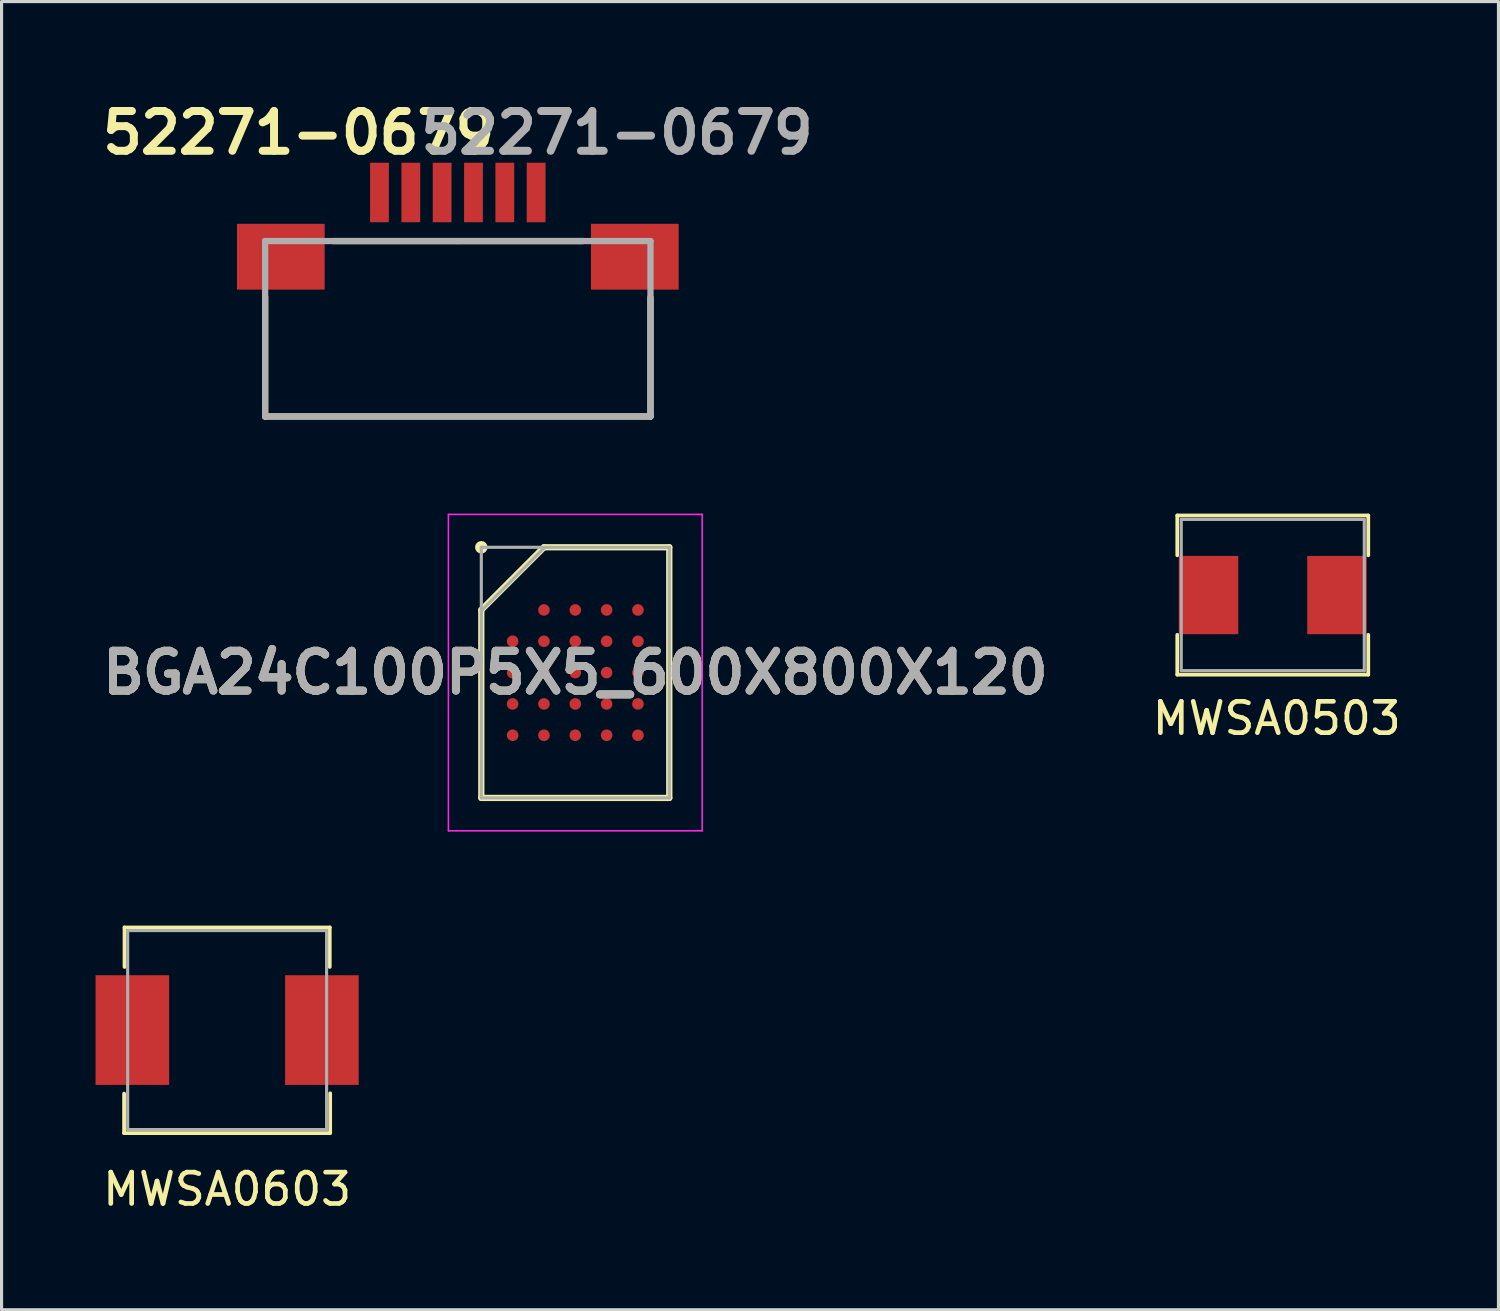
<source format=kicad_pcb>
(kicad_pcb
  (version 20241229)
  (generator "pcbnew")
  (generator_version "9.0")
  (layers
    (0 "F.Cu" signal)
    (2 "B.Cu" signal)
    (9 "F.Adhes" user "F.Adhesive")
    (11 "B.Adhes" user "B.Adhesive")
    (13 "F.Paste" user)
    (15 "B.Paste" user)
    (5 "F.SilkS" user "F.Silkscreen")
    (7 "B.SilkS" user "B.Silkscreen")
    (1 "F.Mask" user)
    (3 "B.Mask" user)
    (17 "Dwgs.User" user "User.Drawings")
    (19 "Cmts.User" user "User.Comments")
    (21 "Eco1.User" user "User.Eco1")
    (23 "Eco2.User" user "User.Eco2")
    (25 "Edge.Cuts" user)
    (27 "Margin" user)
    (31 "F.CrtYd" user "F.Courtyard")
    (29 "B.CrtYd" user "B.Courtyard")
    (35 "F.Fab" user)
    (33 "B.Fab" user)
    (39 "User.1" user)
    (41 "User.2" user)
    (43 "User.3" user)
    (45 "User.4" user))
  (footprint "MWSA0503"
    (layer "F.Cu")
    (at 37.576 15.944)
    (property "Reference" "MWSA0503" (at 0.127 3.937 0) (layer "F.SilkS") (effects (font (size 1 1) (thickness 0.15))))
    (attr through_hole)
    (fp_line (start -3.048 -2.54) (end 3.048 -2.54) (stroke (width 0.12) (type solid)) (layer "F.SilkS"))
    (fp_line (start -3.048 -1.27) (end -3.048 -2.54) (stroke (width 0.12) (type solid)) (layer "F.SilkS"))
    (fp_line (start -3.048 2.54) (end -3.048 1.27) (stroke (width 0.12) (type solid)) (layer "F.SilkS"))
    (fp_line (start -3.048 2.54) (end 3.048 2.54) (stroke (width 0.12) (type solid)) (layer "F.SilkS"))
    (fp_line (start 3.048 -2.54) (end 3.048 -1.27) (stroke (width 0.12) (type solid)) (layer "F.SilkS"))
    (fp_line (start 3.048 2.54) (end 3.048 1.27) (stroke (width 0.12) (type solid)) (layer "F.SilkS"))
    (fp_line (start -2.921 -2.413) (end -2.921 2.413) (stroke (width 0.1) (type solid)) (layer "F.Fab"))
    (fp_line (start -2.921 2.413) (end 2.921 2.413) (stroke (width 0.1) (type solid)) (layer "F.Fab"))
    (fp_line (start 2.921 -2.413) (end -2.921 -2.413) (stroke (width 0.1) (type solid)) (layer "F.Fab"))
    (fp_line (start 2.921 2.413) (end 2.921 -2.413) (stroke (width 0.1) (type solid)) (layer "F.Fab"))
    (pad "1" smd rect (at -2.05 0) (size 1.9 2.5) (layers "F.Cu" "F.Mask" "F.Paste"))
    (pad "2" smd rect (at 2.05 0) (size 1.9 2.5) (layers "F.Cu" "F.Mask" "F.Paste")))
  (footprint "MWSA0603"
    (layer "F.Cu")
    (at 4.2 29.829)
    (property "Reference" "MWSA0603" (at 0 5.08 0) (layer "F.SilkS") (effects (font (size 1 1) (thickness 0.15))))
    (attr through_hole)
    (fp_line (start -3.289 3.289) (end -3.289 2.029) (stroke (width 0.12) (type solid)) (layer "F.SilkS"))
    (fp_line (start -3.289 3.289) (end 3.289 3.289) (stroke (width 0.12) (type solid)) (layer "F.SilkS"))
    (fp_line (start -3.275 -3.275) (end 3.275 -3.275) (stroke (width 0.12) (type solid)) (layer "F.SilkS"))
    (fp_line (start -3.275 -2.014) (end -3.275 -3.275) (stroke (width 0.12) (type solid)) (layer "F.SilkS"))
    (fp_line (start 3.275 -3.275) (end 3.275 -2.014) (stroke (width 0.12) (type solid)) (layer "F.SilkS"))
    (fp_line (start 3.289 3.28) (end 3.289 2.019) (stroke (width 0.12) (type solid)) (layer "F.SilkS"))
    (fp_line (start -3.175 -3.175) (end -3.175 3.175) (stroke (width 0.1) (type solid)) (layer "F.Fab"))
    (fp_line (start -3.175 3.175) (end 3.175 3.175) (stroke (width 0.1) (type solid)) (layer "F.Fab"))
    (fp_line (start 3.175 -3.175) (end -3.175 -3.175) (stroke (width 0.1) (type solid)) (layer "F.Fab"))
    (fp_line (start 3.175 3.175) (end 3.175 -3.175) (stroke (width 0.1) (type solid)) (layer "F.Fab"))
    (pad "1" smd rect (at -3.025 0) (size 2.35 3.5) (layers "F.Cu" "F.Mask" "F.Paste"))
    (pad "2" smd rect (at 3.025 0) (size 2.35 3.5) (layers "F.Cu" "F.Mask" "F.Paste")))
  (footprint "52271-0679"
    (layer "F.Cu")
    (at 11.563 3.094)
    (property "Reference" "52271-0679" (at -5.08 -1.905 0) (layer "F.SilkS") (effects (font (size 1.27 1.27) (thickness 0.254))))
    (attr smd)
    (fp_line (start -6.15 7.15) (end -6.15 3.336) (stroke (width 0.2) (type solid)) (layer "F.SilkS"))
    (fp_line (start 0 1.55) (end -3.976 1.55) (stroke (width 0.2) (type solid)) (layer "F.SilkS"))
    (fp_line (start 0 1.55) (end 4 1.55) (stroke (width 0.2) (type solid)) (layer "F.SilkS"))
    (fp_line (start 6.15 7.15) (end -6.15 7.15) (stroke (width 0.2) (type solid)) (layer "F.SilkS"))
    (fp_line (start 6.15 7.15) (end 6.15 3.352) (stroke (width 0.2) (type solid)) (layer "F.SilkS"))
    (fp_line (start -6.15 1.55) (end 6.15 1.55) (stroke (width 0.2) (type solid)) (layer "F.Fab"))
    (fp_line (start -6.15 7.15) (end -6.15 1.55) (stroke (width 0.2) (type solid)) (layer "F.Fab"))
    (fp_line (start 6.15 1.55) (end 6.15 7.15) (stroke (width 0.2) (type solid)) (layer "F.Fab"))
    (fp_line (start 6.15 7.15) (end -6.15 7.15) (stroke (width 0.2) (type solid)) (layer "F.Fab"))
    (fp_text user "${REFERENCE}" (at 5.08 -1.905 0) (layer "F.Fab") (effects (font (size 1.27 1.27) (thickness 0.254))))
    (pad "1" smd rect (at 2.5 0) (size 0.6 1.9) (layers "F.Cu" "F.Mask" "F.Paste"))
    (pad "2" smd rect (at 1.5 0) (size 0.6 1.9) (layers "F.Cu" "F.Mask" "F.Paste"))
    (pad "3" smd rect (at 0.5 0) (size 0.6 1.9) (layers "F.Cu" "F.Mask" "F.Paste"))
    (pad "4" smd rect (at -0.5 0) (size 0.6 1.9) (layers "F.Cu" "F.Mask" "F.Paste"))
    (pad "5" smd rect (at -1.5 0) (size 0.6 1.9) (layers "F.Cu" "F.Mask" "F.Paste"))
    (pad "6" smd rect (at -2.5 0) (size 0.6 1.9) (layers "F.Cu" "F.Mask" "F.Paste"))
    (pad "7" smd rect (at 5.65 2.05 90) (size 2.1 2.8) (layers "F.Cu" "F.Mask" "F.Paste"))
    (pad "8" smd rect (at -5.65 2.05 90) (size 2.1 2.8) (layers "F.Cu" "F.Mask" "F.Paste")))
  (footprint "BGA24C100P5X5_600X800X120"
    (layer "F.Cu")
    (at 15.313 18.419)
    (property "Reference" "BGA24C100P5X5_600X800X120" (at 0 0 0) (layer "F.SilkS") (effects (font (size 1.27 1.27) (thickness 0.254))))
    (attr smd)
    (fp_line (start -3 -2) (end -1 -4) (stroke (width 0.2) (type solid)) (layer "F.SilkS"))
    (fp_line (start -3 4) (end -3 -2) (stroke (width 0.2) (type solid)) (layer "F.SilkS"))
    (fp_line (start -1 -4) (end 3 -4) (stroke (width 0.2) (type solid)) (layer "F.SilkS"))
    (fp_line (start 3 -4) (end 3 4) (stroke (width 0.2) (type solid)) (layer "F.SilkS"))
    (fp_line (start 3 4) (end -3 4) (stroke (width 0.2) (type solid)) (layer "F.SilkS"))
    (fp_circle (center -3 -4) (end -3 -3.9) (stroke (width 0.2) (type solid)) (fill no) (layer "F.SilkS"))
    (fp_line (start -4.05 -5.05) (end 4.05 -5.05) (stroke (width 0.05) (type solid)) (layer "F.CrtYd"))
    (fp_line (start -4.05 5.05) (end -4.05 -5.05) (stroke (width 0.05) (type solid)) (layer "F.CrtYd"))
    (fp_line (start 4.05 -5.05) (end 4.05 5.05) (stroke (width 0.05) (type solid)) (layer "F.CrtYd"))
    (fp_line (start 4.05 5.05) (end -4.05 5.05) (stroke (width 0.05) (type solid)) (layer "F.CrtYd"))
    (fp_line (start -3 -4) (end 3 -4) (stroke (width 0.1) (type solid)) (layer "F.Fab"))
    (fp_line (start -3 -1.975) (end -0.975 -4) (stroke (width 0.1) (type solid)) (layer "F.Fab"))
    (fp_line (start -3 4) (end -3 -4) (stroke (width 0.1) (type solid)) (layer "F.Fab"))
    (fp_line (start 3 -4) (end 3 4) (stroke (width 0.1) (type solid)) (layer "F.Fab"))
    (fp_line (start 3 4) (end -3 4) (stroke (width 0.1) (type solid)) (layer "F.Fab"))
    (fp_text user "${REFERENCE}" (at 0 0 0) (layer "F.Fab") (effects (font (size 1.27 1.27) (thickness 0.254))))
    (pad "A2" smd circle (at -1 -2 90) (size 0.37 0.37) (layers "F.Cu" "F.Mask" "F.Paste"))
    (pad "A3" smd circle (at 0 -2 90) (size 0.37 0.37) (layers "F.Cu" "F.Mask" "F.Paste"))
    (pad "A4" smd circle (at 1 -2 90) (size 0.37 0.37) (layers "F.Cu" "F.Mask" "F.Paste"))
    (pad "A5" smd circle (at 2 -2 90) (size 0.37 0.37) (layers "F.Cu" "F.Mask" "F.Paste"))
    (pad "B1" smd circle (at -2 -1 90) (size 0.37 0.37) (layers "F.Cu" "F.Mask" "F.Paste"))
    (pad "B2" smd circle (at -1 -1 90) (size 0.37 0.37) (layers "F.Cu" "F.Mask" "F.Paste"))
    (pad "B3" smd circle (at 0 -1 90) (size 0.37 0.37) (layers "F.Cu" "F.Mask" "F.Paste"))
    (pad "B4" smd circle (at 1 -1 90) (size 0.37 0.37) (layers "F.Cu" "F.Mask" "F.Paste"))
    (pad "B5" smd circle (at 2 -1 90) (size 0.37 0.37) (layers "F.Cu" "F.Mask" "F.Paste"))
    (pad "C1" smd circle (at -2 0 90) (size 0.37 0.37) (layers "F.Cu" "F.Mask" "F.Paste"))
    (pad "C2" smd circle (at -1 0 90) (size 0.37 0.37) (layers "F.Cu" "F.Mask" "F.Paste"))
    (pad "C3" smd circle (at 0 0 90) (size 0.37 0.37) (layers "F.Cu" "F.Mask" "F.Paste"))
    (pad "C4" smd circle (at 1 0 90) (size 0.37 0.37) (layers "F.Cu" "F.Mask" "F.Paste"))
    (pad "C5" smd circle (at 2 0 90) (size 0.37 0.37) (layers "F.Cu" "F.Mask" "F.Paste"))
    (pad "D1" smd circle (at -2 1 90) (size 0.37 0.37) (layers "F.Cu" "F.Mask" "F.Paste"))
    (pad "D2" smd circle (at -1 1 90) (size 0.37 0.37) (layers "F.Cu" "F.Mask" "F.Paste"))
    (pad "D3" smd circle (at 0 1 90) (size 0.37 0.37) (layers "F.Cu" "F.Mask" "F.Paste"))
    (pad "D4" smd circle (at 1 1 90) (size 0.37 0.37) (layers "F.Cu" "F.Mask" "F.Paste"))
    (pad "D5" smd circle (at 2 1 90) (size 0.37 0.37) (layers "F.Cu" "F.Mask" "F.Paste"))
    (pad "E1" smd circle (at -2 2 90) (size 0.37 0.37) (layers "F.Cu" "F.Mask" "F.Paste"))
    (pad "E2" smd circle (at -1 2 90) (size 0.37 0.37) (layers "F.Cu" "F.Mask" "F.Paste"))
    (pad "E3" smd circle (at 0 2 90) (size 0.37 0.37) (layers "F.Cu" "F.Mask" "F.Paste"))
    (pad "E4" smd circle (at 1 2 90) (size 0.37 0.37) (layers "F.Cu" "F.Mask" "F.Paste"))
    (pad "E5" smd circle (at 2 2 90) (size 0.37 0.37) (layers "F.Cu" "F.Mask" "F.Paste")))
  (gr_rect
    (start -3 -3)
    (end 44.78 38.757)
    (stroke (width 0.1) (type default))
    (fill no)
    (layer "Edge.Cuts")))
</source>
